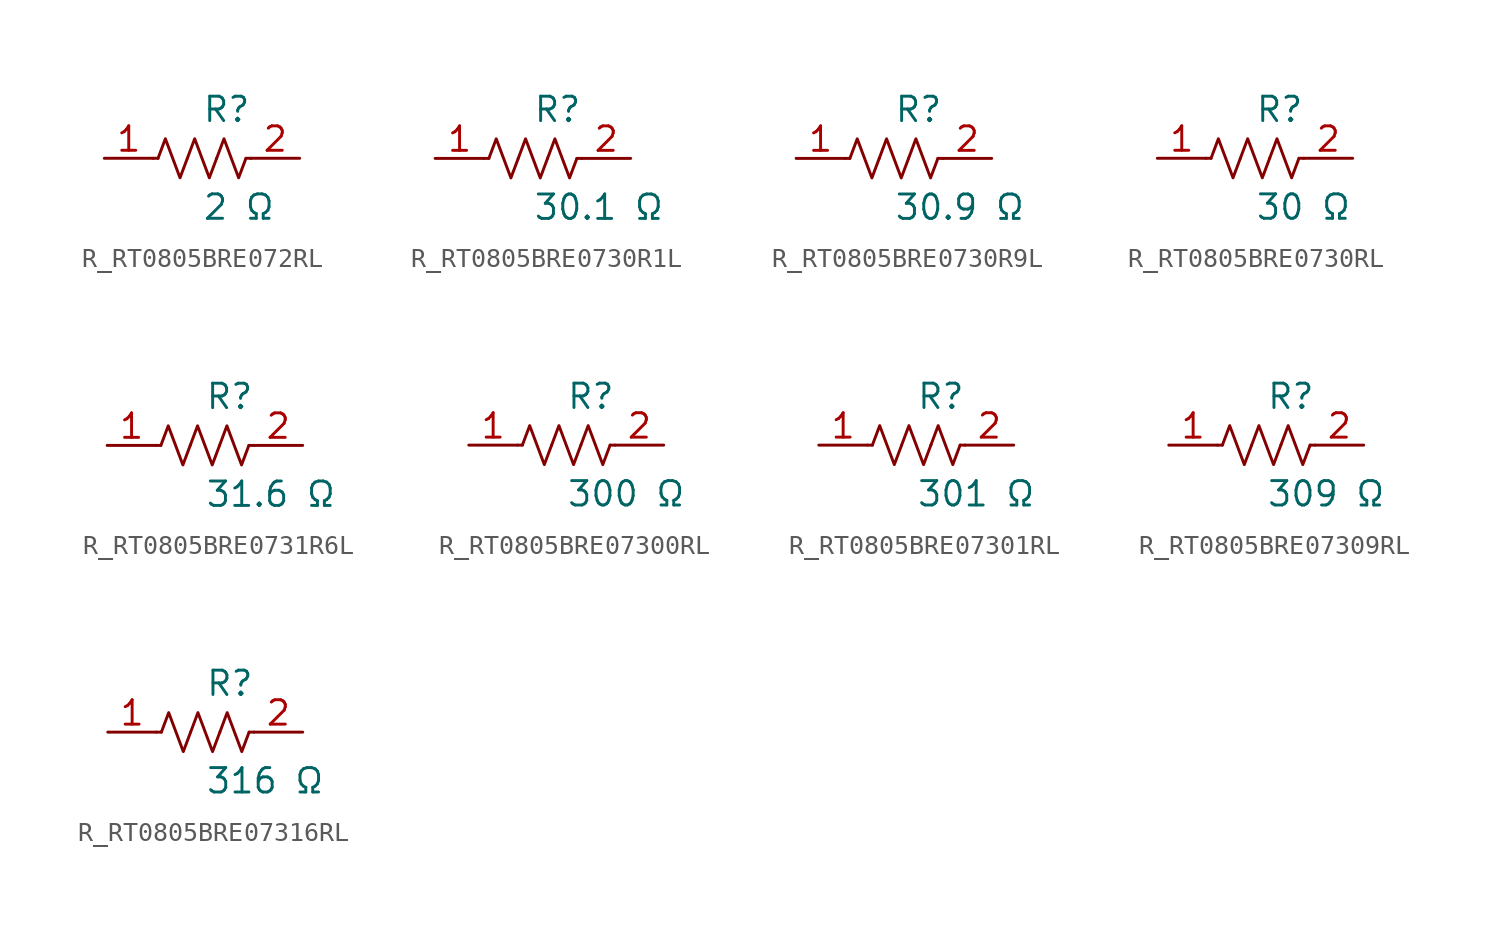
<source format=kicad_sym>
(kicad_symbol_lib
  (version 20231120)
  (generator kicad_symbol_editor)
  (generator_version 8.0)
  (symbol "R_RT0805BRE072RL"
    (pin_names
      (offset 0.254))
    (property "Reference" "R"
      (at 0.0 2.54 0)
      (effects (font (size 1.27 1.27)) (justify left)))
    (property "Value" "2 Ω"
      (at 0.0 -2.54 0)
      (effects (font (size 1.27 1.27)) (justify left)))
    (symbol "R_RT0805BRE072RL_0_1"
      (polyline (pts (xy 2.286 0) (xy 2.54 0)) (stroke (width 0) (type default)) (fill (type none)))
      (polyline (pts (xy -2.286 0) (xy -2.54 0)) (stroke (width 0) (type default)) (fill (type none)))
      (polyline (pts (xy 0.762 0) (xy 1.143 1.016) (xy 1.524 0) (xy 1.905 -1.016) (xy 2.286 0)) (stroke (width 0) (type default)) (fill (type none)))
      (polyline (pts (xy -0.762 0) (xy -0.381 1.016) (xy 0 0) (xy 0.381 -1.016) (xy 0.762 0)) (stroke (width 0) (type default)) (fill (type none)))
      (polyline (pts (xy -2.286 0) (xy -1.905 1.016) (xy -1.524 0) (xy -1.143 -1.016) (xy -0.762 0)) (stroke (width 0) (type default)) (fill (type none))))
    (pin unspecified line
      (at -5.08 0 0)
      (length 2.54)
      (name "" (effects (font (size 1.27 1.27))))
      (number "1" (effects (font (size 1.27 1.27)))))
    (pin unspecified line
      (at 5.08 0 180)
      (length 2.54)
      (name "" (effects (font (size 1.27 1.27))))
      (number "2" (effects (font (size 1.27 1.27))))))
  (symbol "R_RT0805BRE0730R1L"
    (pin_names
      (offset 0.254))
    (property "Reference" "R"
      (at 0.0 2.54 0)
      (effects (font (size 1.27 1.27)) (justify left)))
    (property "Value" "30.1 Ω"
      (at 0.0 -2.54 0)
      (effects (font (size 1.27 1.27)) (justify left)))
    (symbol "R_RT0805BRE0730R1L_0_1"
      (polyline (pts (xy 2.286 0) (xy 2.54 0)) (stroke (width 0) (type default)) (fill (type none)))
      (polyline (pts (xy -2.286 0) (xy -2.54 0)) (stroke (width 0) (type default)) (fill (type none)))
      (polyline (pts (xy 0.762 0) (xy 1.143 1.016) (xy 1.524 0) (xy 1.905 -1.016) (xy 2.286 0)) (stroke (width 0) (type default)) (fill (type none)))
      (polyline (pts (xy -0.762 0) (xy -0.381 1.016) (xy 0 0) (xy 0.381 -1.016) (xy 0.762 0)) (stroke (width 0) (type default)) (fill (type none)))
      (polyline (pts (xy -2.286 0) (xy -1.905 1.016) (xy -1.524 0) (xy -1.143 -1.016) (xy -0.762 0)) (stroke (width 0) (type default)) (fill (type none))))
    (pin unspecified line
      (at -5.08 0 0)
      (length 2.54)
      (name "" (effects (font (size 1.27 1.27))))
      (number "1" (effects (font (size 1.27 1.27)))))
    (pin unspecified line
      (at 5.08 0 180)
      (length 2.54)
      (name "" (effects (font (size 1.27 1.27))))
      (number "2" (effects (font (size 1.27 1.27))))))
  (symbol "R_RT0805BRE0730R9L"
    (pin_names
      (offset 0.254))
    (property "Reference" "R"
      (at 0.0 2.54 0)
      (effects (font (size 1.27 1.27)) (justify left)))
    (property "Value" "30.9 Ω"
      (at 0.0 -2.54 0)
      (effects (font (size 1.27 1.27)) (justify left)))
    (symbol "R_RT0805BRE0730R9L_0_1"
      (polyline (pts (xy 2.286 0) (xy 2.54 0)) (stroke (width 0) (type default)) (fill (type none)))
      (polyline (pts (xy -2.286 0) (xy -2.54 0)) (stroke (width 0) (type default)) (fill (type none)))
      (polyline (pts (xy 0.762 0) (xy 1.143 1.016) (xy 1.524 0) (xy 1.905 -1.016) (xy 2.286 0)) (stroke (width 0) (type default)) (fill (type none)))
      (polyline (pts (xy -0.762 0) (xy -0.381 1.016) (xy 0 0) (xy 0.381 -1.016) (xy 0.762 0)) (stroke (width 0) (type default)) (fill (type none)))
      (polyline (pts (xy -2.286 0) (xy -1.905 1.016) (xy -1.524 0) (xy -1.143 -1.016) (xy -0.762 0)) (stroke (width 0) (type default)) (fill (type none))))
    (pin unspecified line
      (at -5.08 0 0)
      (length 2.54)
      (name "" (effects (font (size 1.27 1.27))))
      (number "1" (effects (font (size 1.27 1.27)))))
    (pin unspecified line
      (at 5.08 0 180)
      (length 2.54)
      (name "" (effects (font (size 1.27 1.27))))
      (number "2" (effects (font (size 1.27 1.27))))))
  (symbol "R_RT0805BRE0730RL"
    (pin_names
      (offset 0.254))
    (property "Reference" "R"
      (at 0.0 2.54 0)
      (effects (font (size 1.27 1.27)) (justify left)))
    (property "Value" "30 Ω"
      (at 0.0 -2.54 0)
      (effects (font (size 1.27 1.27)) (justify left)))
    (symbol "R_RT0805BRE0730RL_0_1"
      (polyline (pts (xy 2.286 0) (xy 2.54 0)) (stroke (width 0) (type default)) (fill (type none)))
      (polyline (pts (xy -2.286 0) (xy -2.54 0)) (stroke (width 0) (type default)) (fill (type none)))
      (polyline (pts (xy 0.762 0) (xy 1.143 1.016) (xy 1.524 0) (xy 1.905 -1.016) (xy 2.286 0)) (stroke (width 0) (type default)) (fill (type none)))
      (polyline (pts (xy -0.762 0) (xy -0.381 1.016) (xy 0 0) (xy 0.381 -1.016) (xy 0.762 0)) (stroke (width 0) (type default)) (fill (type none)))
      (polyline (pts (xy -2.286 0) (xy -1.905 1.016) (xy -1.524 0) (xy -1.143 -1.016) (xy -0.762 0)) (stroke (width 0) (type default)) (fill (type none))))
    (pin unspecified line
      (at -5.08 0 0)
      (length 2.54)
      (name "" (effects (font (size 1.27 1.27))))
      (number "1" (effects (font (size 1.27 1.27)))))
    (pin unspecified line
      (at 5.08 0 180)
      (length 2.54)
      (name "" (effects (font (size 1.27 1.27))))
      (number "2" (effects (font (size 1.27 1.27))))))
  (symbol "R_RT0805BRE0731R6L"
    (pin_names
      (offset 0.254))
    (property "Reference" "R"
      (at 0.0 2.54 0)
      (effects (font (size 1.27 1.27)) (justify left)))
    (property "Value" "31.6 Ω"
      (at 0.0 -2.54 0)
      (effects (font (size 1.27 1.27)) (justify left)))
    (symbol "R_RT0805BRE0731R6L_0_1"
      (polyline (pts (xy 2.286 0) (xy 2.54 0)) (stroke (width 0) (type default)) (fill (type none)))
      (polyline (pts (xy -2.286 0) (xy -2.54 0)) (stroke (width 0) (type default)) (fill (type none)))
      (polyline (pts (xy 0.762 0) (xy 1.143 1.016) (xy 1.524 0) (xy 1.905 -1.016) (xy 2.286 0)) (stroke (width 0) (type default)) (fill (type none)))
      (polyline (pts (xy -0.762 0) (xy -0.381 1.016) (xy 0 0) (xy 0.381 -1.016) (xy 0.762 0)) (stroke (width 0) (type default)) (fill (type none)))
      (polyline (pts (xy -2.286 0) (xy -1.905 1.016) (xy -1.524 0) (xy -1.143 -1.016) (xy -0.762 0)) (stroke (width 0) (type default)) (fill (type none))))
    (pin unspecified line
      (at -5.08 0 0)
      (length 2.54)
      (name "" (effects (font (size 1.27 1.27))))
      (number "1" (effects (font (size 1.27 1.27)))))
    (pin unspecified line
      (at 5.08 0 180)
      (length 2.54)
      (name "" (effects (font (size 1.27 1.27))))
      (number "2" (effects (font (size 1.27 1.27))))))
  (symbol "R_RT0805BRE07300RL"
    (pin_names
      (offset 0.254))
    (property "Reference" "R"
      (at 0.0 2.54 0)
      (effects (font (size 1.27 1.27)) (justify left)))
    (property "Value" "300 Ω"
      (at 0.0 -2.54 0)
      (effects (font (size 1.27 1.27)) (justify left)))
    (symbol "R_RT0805BRE07300RL_0_1"
      (polyline (pts (xy 2.286 0) (xy 2.54 0)) (stroke (width 0) (type default)) (fill (type none)))
      (polyline (pts (xy -2.286 0) (xy -2.54 0)) (stroke (width 0) (type default)) (fill (type none)))
      (polyline (pts (xy 0.762 0) (xy 1.143 1.016) (xy 1.524 0) (xy 1.905 -1.016) (xy 2.286 0)) (stroke (width 0) (type default)) (fill (type none)))
      (polyline (pts (xy -0.762 0) (xy -0.381 1.016) (xy 0 0) (xy 0.381 -1.016) (xy 0.762 0)) (stroke (width 0) (type default)) (fill (type none)))
      (polyline (pts (xy -2.286 0) (xy -1.905 1.016) (xy -1.524 0) (xy -1.143 -1.016) (xy -0.762 0)) (stroke (width 0) (type default)) (fill (type none))))
    (pin unspecified line
      (at -5.08 0 0)
      (length 2.54)
      (name "" (effects (font (size 1.27 1.27))))
      (number "1" (effects (font (size 1.27 1.27)))))
    (pin unspecified line
      (at 5.08 0 180)
      (length 2.54)
      (name "" (effects (font (size 1.27 1.27))))
      (number "2" (effects (font (size 1.27 1.27))))))
  (symbol "R_RT0805BRE07301RL"
    (pin_names
      (offset 0.254))
    (property "Reference" "R"
      (at 0.0 2.54 0)
      (effects (font (size 1.27 1.27)) (justify left)))
    (property "Value" "301 Ω"
      (at 0.0 -2.54 0)
      (effects (font (size 1.27 1.27)) (justify left)))
    (symbol "R_RT0805BRE07301RL_0_1"
      (polyline (pts (xy 2.286 0) (xy 2.54 0)) (stroke (width 0) (type default)) (fill (type none)))
      (polyline (pts (xy -2.286 0) (xy -2.54 0)) (stroke (width 0) (type default)) (fill (type none)))
      (polyline (pts (xy 0.762 0) (xy 1.143 1.016) (xy 1.524 0) (xy 1.905 -1.016) (xy 2.286 0)) (stroke (width 0) (type default)) (fill (type none)))
      (polyline (pts (xy -0.762 0) (xy -0.381 1.016) (xy 0 0) (xy 0.381 -1.016) (xy 0.762 0)) (stroke (width 0) (type default)) (fill (type none)))
      (polyline (pts (xy -2.286 0) (xy -1.905 1.016) (xy -1.524 0) (xy -1.143 -1.016) (xy -0.762 0)) (stroke (width 0) (type default)) (fill (type none))))
    (pin unspecified line
      (at -5.08 0 0)
      (length 2.54)
      (name "" (effects (font (size 1.27 1.27))))
      (number "1" (effects (font (size 1.27 1.27)))))
    (pin unspecified line
      (at 5.08 0 180)
      (length 2.54)
      (name "" (effects (font (size 1.27 1.27))))
      (number "2" (effects (font (size 1.27 1.27))))))
  (symbol "R_RT0805BRE07309RL"
    (pin_names
      (offset 0.254))
    (property "Reference" "R"
      (at 0.0 2.54 0)
      (effects (font (size 1.27 1.27)) (justify left)))
    (property "Value" "309 Ω"
      (at 0.0 -2.54 0)
      (effects (font (size 1.27 1.27)) (justify left)))
    (symbol "R_RT0805BRE07309RL_0_1"
      (polyline (pts (xy 2.286 0) (xy 2.54 0)) (stroke (width 0) (type default)) (fill (type none)))
      (polyline (pts (xy -2.286 0) (xy -2.54 0)) (stroke (width 0) (type default)) (fill (type none)))
      (polyline (pts (xy 0.762 0) (xy 1.143 1.016) (xy 1.524 0) (xy 1.905 -1.016) (xy 2.286 0)) (stroke (width 0) (type default)) (fill (type none)))
      (polyline (pts (xy -0.762 0) (xy -0.381 1.016) (xy 0 0) (xy 0.381 -1.016) (xy 0.762 0)) (stroke (width 0) (type default)) (fill (type none)))
      (polyline (pts (xy -2.286 0) (xy -1.905 1.016) (xy -1.524 0) (xy -1.143 -1.016) (xy -0.762 0)) (stroke (width 0) (type default)) (fill (type none))))
    (pin unspecified line
      (at -5.08 0 0)
      (length 2.54)
      (name "" (effects (font (size 1.27 1.27))))
      (number "1" (effects (font (size 1.27 1.27)))))
    (pin unspecified line
      (at 5.08 0 180)
      (length 2.54)
      (name "" (effects (font (size 1.27 1.27))))
      (number "2" (effects (font (size 1.27 1.27))))))
  (symbol "R_RT0805BRE07316RL"
    (pin_names
      (offset 0.254))
    (property "Reference" "R"
      (at 0.0 2.54 0)
      (effects (font (size 1.27 1.27)) (justify left)))
    (property "Value" "316 Ω"
      (at 0.0 -2.54 0)
      (effects (font (size 1.27 1.27)) (justify left)))
    (symbol "R_RT0805BRE07316RL_0_1"
      (polyline (pts (xy 2.286 0) (xy 2.54 0)) (stroke (width 0) (type default)) (fill (type none)))
      (polyline (pts (xy -2.286 0) (xy -2.54 0)) (stroke (width 0) (type default)) (fill (type none)))
      (polyline (pts (xy 0.762 0) (xy 1.143 1.016) (xy 1.524 0) (xy 1.905 -1.016) (xy 2.286 0)) (stroke (width 0) (type default)) (fill (type none)))
      (polyline (pts (xy -0.762 0) (xy -0.381 1.016) (xy 0 0) (xy 0.381 -1.016) (xy 0.762 0)) (stroke (width 0) (type default)) (fill (type none)))
      (polyline (pts (xy -2.286 0) (xy -1.905 1.016) (xy -1.524 0) (xy -1.143 -1.016) (xy -0.762 0)) (stroke (width 0) (type default)) (fill (type none))))
    (pin unspecified line
      (at -5.08 0 0)
      (length 2.54)
      (name "" (effects (font (size 1.27 1.27))))
      (number "1" (effects (font (size 1.27 1.27)))))
    (pin unspecified line
      (at 5.08 0 180)
      (length 2.54)
      (name "" (effects (font (size 1.27 1.27))))
      (number "2" (effects (font (size 1.27 1.27)))))))
</source>
